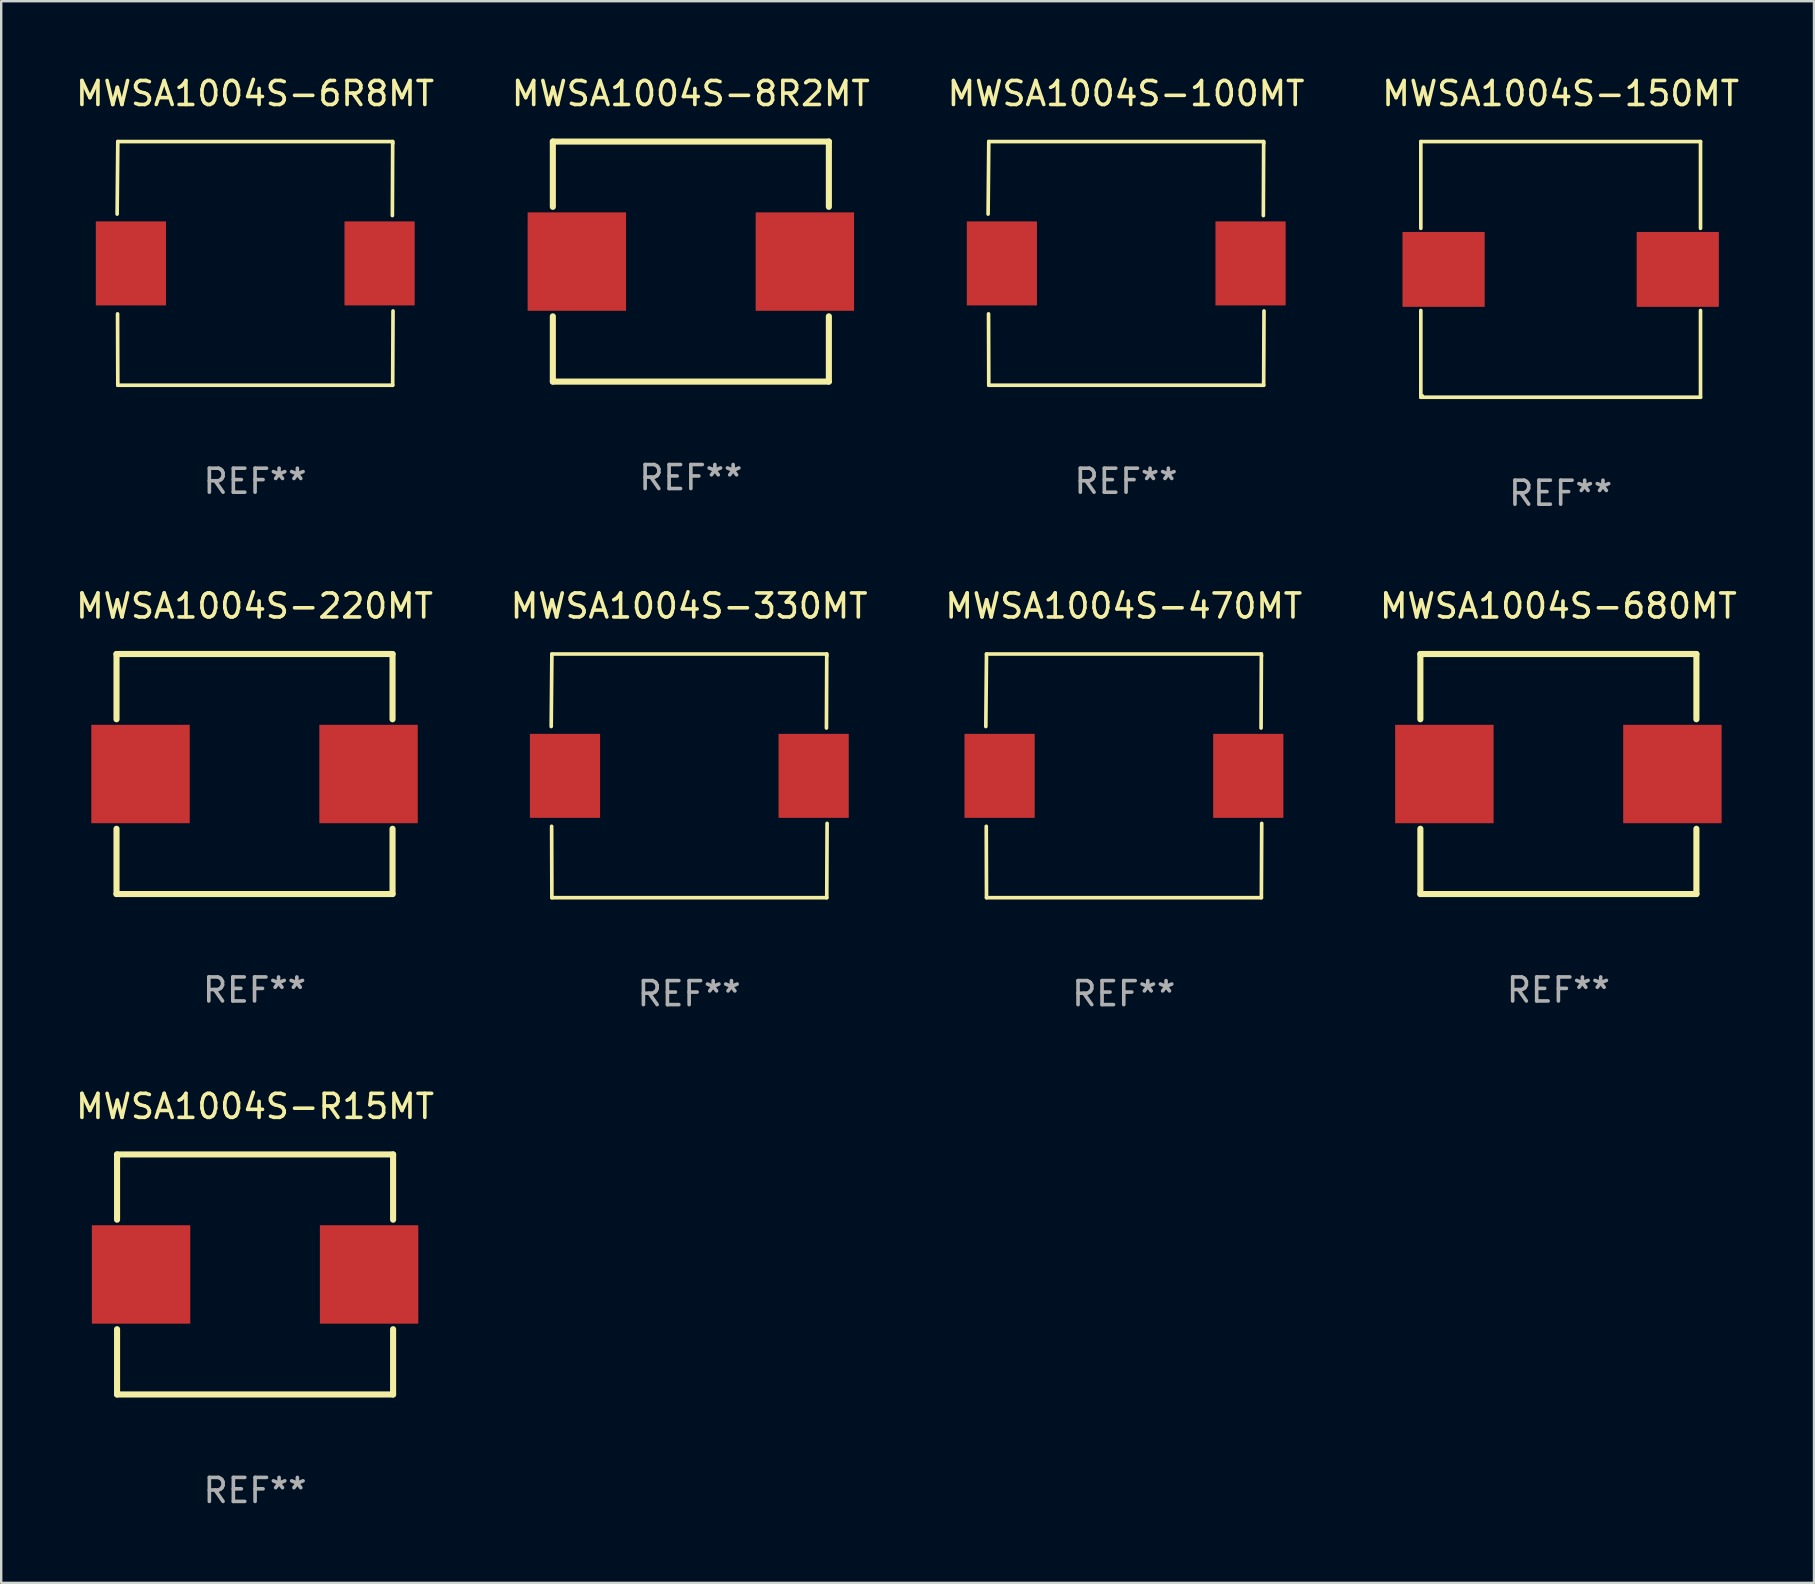
<source format=kicad_pcb>
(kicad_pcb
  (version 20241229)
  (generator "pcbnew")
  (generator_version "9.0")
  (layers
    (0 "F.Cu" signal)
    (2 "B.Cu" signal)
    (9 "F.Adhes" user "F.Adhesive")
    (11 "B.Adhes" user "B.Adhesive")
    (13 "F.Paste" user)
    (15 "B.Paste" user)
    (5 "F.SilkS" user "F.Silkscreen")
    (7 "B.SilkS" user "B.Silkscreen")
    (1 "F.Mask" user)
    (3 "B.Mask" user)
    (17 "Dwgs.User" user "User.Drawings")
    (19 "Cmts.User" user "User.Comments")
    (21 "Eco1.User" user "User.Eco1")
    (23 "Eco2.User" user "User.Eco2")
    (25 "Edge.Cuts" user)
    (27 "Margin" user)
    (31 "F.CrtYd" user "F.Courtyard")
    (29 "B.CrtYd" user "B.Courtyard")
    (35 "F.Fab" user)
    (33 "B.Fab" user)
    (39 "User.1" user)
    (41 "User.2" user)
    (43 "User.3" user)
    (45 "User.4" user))
  (footprint "MWSA1004S-8R2MT"
    (layer "F.Cu")
    (at 25.732 7.848)
    (property "Reference" "MWSA1004S-8R2MT" (at 0 -7 0) (layer "F.SilkS") (effects (font (size 1 1) (thickness 0.15))))
    (attr through_hole)
    (fp_line (start -5.75 -5) (end -5.75 -2.281) (stroke (width 0.254) (type solid)) (layer "F.SilkS"))
    (fp_line (start -5.75 -5) (end 5.75 -5) (stroke (width 0.254) (type solid)) (layer "F.SilkS"))
    (fp_line (start -5.75 2.281) (end -5.75 5) (stroke (width 0.254) (type solid)) (layer "F.SilkS"))
    (fp_line (start 5.75 -2.281) (end 5.75 -5) (stroke (width 0.254) (type solid)) (layer "F.SilkS"))
    (fp_line (start 5.75 5) (end -5.75 5) (stroke (width 0.254) (type solid)) (layer "F.SilkS"))
    (fp_line (start 5.75 5) (end 5.75 2.281) (stroke (width 0.254) (type solid)) (layer "F.SilkS"))
    (fp_circle (center -5.75 5) (end -5.7 5) (stroke (width 0.1) (type solid)) (fill no) (layer "F.SilkS"))
    (fp_text user "REF**" (at 0 9 0) (layer "F.Fab") (effects (font (size 1 1) (thickness 0.15))))
    (pad "1" smd rect (at -4.75 0) (size 4.1 4.1) (layers "F.Cu" "F.Mask" "F.Paste"))
    (pad "2" smd rect (at 4.75 0) (size 4.1 4.1) (layers "F.Cu" "F.Mask" "F.Paste")))
  (footprint "MWSA1004S-680MT"
    (layer "F.Cu")
    (at 61.875 29.197)
    (property "Reference" "MWSA1004S-680MT" (at 0 -7 0) (layer "F.SilkS") (effects (font (size 1 1) (thickness 0.15))))
    (attr through_hole)
    (fp_line (start -5.75 -5) (end -5.75 -2.281) (stroke (width 0.254) (type solid)) (layer "F.SilkS"))
    (fp_line (start -5.75 -5) (end 5.75 -5) (stroke (width 0.254) (type solid)) (layer "F.SilkS"))
    (fp_line (start -5.75 2.281) (end -5.75 5) (stroke (width 0.254) (type solid)) (layer "F.SilkS"))
    (fp_line (start 5.75 -2.281) (end 5.75 -5) (stroke (width 0.254) (type solid)) (layer "F.SilkS"))
    (fp_line (start 5.75 5) (end -5.75 5) (stroke (width 0.254) (type solid)) (layer "F.SilkS"))
    (fp_line (start 5.75 5) (end 5.75 2.281) (stroke (width 0.254) (type solid)) (layer "F.SilkS"))
    (fp_circle (center -5.75 5) (end -5.7 5) (stroke (width 0.1) (type solid)) (fill no) (layer "F.SilkS"))
    (fp_text user "REF**" (at 0 9 0) (layer "F.Fab") (effects (font (size 1 1) (thickness 0.15))))
    (pad "1" smd rect (at -4.75 0) (size 4.1 4.1) (layers "F.Cu" "F.Mask" "F.Paste"))
    (pad "2" smd rect (at 4.75 0) (size 4.1 4.1) (layers "F.Cu" "F.Mask" "F.Paste")))
  (footprint "MWSA1004S-R15MT"
    (layer "F.Cu")
    (at 7.577 50.046)
    (property "Reference" "MWSA1004S-R15MT" (at 0 -7 0) (layer "F.SilkS") (effects (font (size 1 1) (thickness 0.15))))
    (attr through_hole)
    (fp_line (start -5.75 -5) (end -5.75 -2.281) (stroke (width 0.254) (type solid)) (layer "F.SilkS"))
    (fp_line (start -5.75 -5) (end 5.75 -5) (stroke (width 0.254) (type solid)) (layer "F.SilkS"))
    (fp_line (start -5.75 2.281) (end -5.75 5) (stroke (width 0.254) (type solid)) (layer "F.SilkS"))
    (fp_line (start 5.75 -2.281) (end 5.75 -5) (stroke (width 0.254) (type solid)) (layer "F.SilkS"))
    (fp_line (start 5.75 5) (end -5.75 5) (stroke (width 0.254) (type solid)) (layer "F.SilkS"))
    (fp_line (start 5.75 5) (end 5.75 2.281) (stroke (width 0.254) (type solid)) (layer "F.SilkS"))
    (fp_circle (center -5.75 5) (end -5.7 5) (stroke (width 0.1) (type solid)) (fill no) (layer "F.SilkS"))
    (fp_text user "REF**" (at 0 9 0) (layer "F.Fab") (effects (font (size 1 1) (thickness 0.15))))
    (pad "1" smd rect (at -4.75 0) (size 4.1 4.1) (layers "F.Cu" "F.Mask" "F.Paste"))
    (pad "2" smd rect (at 4.75 0) (size 4.1 4.1) (layers "F.Cu" "F.Mask" "F.Paste")))
  (footprint "MWSA1004S-330MT"
    (layer "F.Cu")
    (at 25.661 29.273)
    (property "Reference" "MWSA1004S-330MT" (at 0 -7.076 0) (layer "F.SilkS") (effects (font (size 1 1) (thickness 0.15))))
    (attr through_hole)
    (fp_line (start -5.747 -2.055) (end -5.719 -5.076) (stroke (width 0.152) (type solid)) (layer "F.SilkS"))
    (fp_line (start -5.729 2.102) (end -5.719 5.076) (stroke (width 0.152) (type solid)) (layer "F.SilkS"))
    (fp_line (start -5.719 -5.076) (end 5.733 -5.076) (stroke (width 0.152) (type solid)) (layer "F.SilkS"))
    (fp_line (start -5.719 5.076) (end 5.733 5.076) (stroke (width 0.152) (type solid)) (layer "F.SilkS"))
    (fp_line (start 5.733 -5.076) (end 5.72 -1.993) (stroke (width 0.152) (type solid)) (layer "F.SilkS"))
    (fp_line (start 5.733 5.076) (end 5.747 1.981) (stroke (width 0.152) (type solid)) (layer "F.SilkS"))
    (fp_circle (center 5.757 -5) (end 5.787 -5) (stroke (width 0.06) (type solid)) (fill no) (layer "F.SilkS"))
    (fp_text user "REF**" (at 0 9.076 0) (layer "F.Fab") (effects (font (size 1 1) (thickness 0.15))))
    (pad "1" smd rect (at 5.187 0) (size 2.924 3.5) (layers "F.Cu" "F.Mask" "F.Paste"))
    (pad "2" smd rect (at -5.173 0) (size 2.924 3.5) (layers "F.Cu" "F.Mask" "F.Paste")))
  (footprint "MWSA1004S-220MT"
    (layer "F.Cu")
    (at 7.554 29.197)
    (property "Reference" "MWSA1004S-220MT" (at 0 -7 0) (layer "F.SilkS") (effects (font (size 1 1) (thickness 0.15))))
    (attr through_hole)
    (fp_line (start -5.75 -5) (end -5.75 -2.281) (stroke (width 0.254) (type solid)) (layer "F.SilkS"))
    (fp_line (start -5.75 -5) (end 5.75 -5) (stroke (width 0.254) (type solid)) (layer "F.SilkS"))
    (fp_line (start -5.75 2.281) (end -5.75 5) (stroke (width 0.254) (type solid)) (layer "F.SilkS"))
    (fp_line (start 5.75 -2.281) (end 5.75 -5) (stroke (width 0.254) (type solid)) (layer "F.SilkS"))
    (fp_line (start 5.75 5) (end -5.75 5) (stroke (width 0.254) (type solid)) (layer "F.SilkS"))
    (fp_line (start 5.75 5) (end 5.75 2.281) (stroke (width 0.254) (type solid)) (layer "F.SilkS"))
    (fp_circle (center -5.75 5) (end -5.7 5) (stroke (width 0.1) (type solid)) (fill no) (layer "F.SilkS"))
    (fp_text user "REF**" (at 0 9 0) (layer "F.Fab") (effects (font (size 1 1) (thickness 0.15))))
    (pad "1" smd rect (at -4.75 0) (size 4.1 4.1) (layers "F.Cu" "F.Mask" "F.Paste"))
    (pad "2" smd rect (at 4.75 0) (size 4.1 4.1) (layers "F.Cu" "F.Mask" "F.Paste")))
  (footprint "MWSA1004S-470MT"
    (layer "F.Cu")
    (at 43.768 29.273)
    (property "Reference" "MWSA1004S-470MT" (at 0 -7.076 0) (layer "F.SilkS") (effects (font (size 1 1) (thickness 0.15))))
    (attr through_hole)
    (fp_line (start -5.747 -2.055) (end -5.719 -5.076) (stroke (width 0.152) (type solid)) (layer "F.SilkS"))
    (fp_line (start -5.729 2.102) (end -5.719 5.076) (stroke (width 0.152) (type solid)) (layer "F.SilkS"))
    (fp_line (start -5.719 -5.076) (end 5.733 -5.076) (stroke (width 0.152) (type solid)) (layer "F.SilkS"))
    (fp_line (start -5.719 5.076) (end 5.733 5.076) (stroke (width 0.152) (type solid)) (layer "F.SilkS"))
    (fp_line (start 5.733 -5.076) (end 5.72 -1.993) (stroke (width 0.152) (type solid)) (layer "F.SilkS"))
    (fp_line (start 5.733 5.076) (end 5.747 1.981) (stroke (width 0.152) (type solid)) (layer "F.SilkS"))
    (fp_circle (center 5.757 -5) (end 5.787 -5) (stroke (width 0.06) (type solid)) (fill no) (layer "F.SilkS"))
    (fp_text user "REF**" (at 0 9.076 0) (layer "F.Fab") (effects (font (size 1 1) (thickness 0.15))))
    (pad "1" smd rect (at 5.187 0) (size 2.924 3.5) (layers "F.Cu" "F.Mask" "F.Paste"))
    (pad "2" smd rect (at -5.173 0) (size 2.924 3.5) (layers "F.Cu" "F.Mask" "F.Paste")))
  (footprint "MWSA1004S-150MT"
    (layer "F.Cu")
    (at 61.97 8.174)
    (property "Reference" "MWSA1004S-150MT" (at 0 -7.326 0) (layer "F.SilkS") (effects (font (size 1 1) (thickness 0.15))))
    (attr through_hole)
    (fp_line (start -5.826 -5.326) (end 5.826 -5.326) (stroke (width 0.152) (type solid)) (layer "F.SilkS"))
    (fp_line (start -5.826 -1.712) (end -5.826 -5.326) (stroke (width 0.152) (type solid)) (layer "F.SilkS"))
    (fp_line (start -5.826 1.712) (end -5.826 5.326) (stroke (width 0.152) (type solid)) (layer "F.SilkS"))
    (fp_line (start -5.826 5.326) (end 5.826 5.326) (stroke (width 0.152) (type solid)) (layer "F.SilkS"))
    (fp_line (start 5.826 -5.326) (end 5.826 -1.712) (stroke (width 0.152) (type solid)) (layer "F.SilkS"))
    (fp_line (start 5.826 5.326) (end 5.826 1.712) (stroke (width 0.152) (type solid)) (layer "F.SilkS"))
    (fp_circle (center -5.75 5.25) (end -5.72 5.25) (stroke (width 0.06) (type solid)) (fill no) (layer "F.SilkS"))
    (fp_text user "REF**" (at 0 9.326 0) (layer "F.Fab") (effects (font (size 1 1) (thickness 0.15))))
    (pad "1" smd rect (at 4.878 0) (size 3.424 3.12) (layers "F.Cu" "F.Mask" "F.Paste"))
    (pad "2" smd rect (at -4.878 0) (size 3.424 3.12) (layers "F.Cu" "F.Mask" "F.Paste")))
  (footprint "MWSA1004S-6R8MT"
    (layer "F.Cu")
    (at 7.577 7.924)
    (property "Reference" "MWSA1004S-6R8MT" (at 0 -7.076 0) (layer "F.SilkS") (effects (font (size 1 1) (thickness 0.15))))
    (attr through_hole)
    (fp_line (start -5.747 -2.055) (end -5.719 -5.076) (stroke (width 0.152) (type solid)) (layer "F.SilkS"))
    (fp_line (start -5.729 2.102) (end -5.719 5.076) (stroke (width 0.152) (type solid)) (layer "F.SilkS"))
    (fp_line (start -5.719 -5.076) (end 5.733 -5.076) (stroke (width 0.152) (type solid)) (layer "F.SilkS"))
    (fp_line (start -5.719 5.076) (end 5.733 5.076) (stroke (width 0.152) (type solid)) (layer "F.SilkS"))
    (fp_line (start 5.733 -5.076) (end 5.72 -1.993) (stroke (width 0.152) (type solid)) (layer "F.SilkS"))
    (fp_line (start 5.733 5.076) (end 5.747 1.981) (stroke (width 0.152) (type solid)) (layer "F.SilkS"))
    (fp_circle (center 5.757 -5) (end 5.787 -5) (stroke (width 0.06) (type solid)) (fill no) (layer "F.SilkS"))
    (fp_text user "REF**" (at 0 9.076 0) (layer "F.Fab") (effects (font (size 1 1) (thickness 0.15))))
    (pad "1" smd rect (at 5.187 0) (size 2.924 3.5) (layers "F.Cu" "F.Mask" "F.Paste"))
    (pad "2" smd rect (at -5.173 0) (size 2.924 3.5) (layers "F.Cu" "F.Mask" "F.Paste")))
  (footprint "MWSA1004S-100MT"
    (layer "F.Cu")
    (at 43.863 7.924)
    (property "Reference" "MWSA1004S-100MT" (at 0 -7.076 0) (layer "F.SilkS") (effects (font (size 1 1) (thickness 0.15))))
    (attr through_hole)
    (fp_line (start -5.747 -2.055) (end -5.719 -5.076) (stroke (width 0.152) (type solid)) (layer "F.SilkS"))
    (fp_line (start -5.729 2.102) (end -5.719 5.076) (stroke (width 0.152) (type solid)) (layer "F.SilkS"))
    (fp_line (start -5.719 -5.076) (end 5.733 -5.076) (stroke (width 0.152) (type solid)) (layer "F.SilkS"))
    (fp_line (start -5.719 5.076) (end 5.733 5.076) (stroke (width 0.152) (type solid)) (layer "F.SilkS"))
    (fp_line (start 5.733 -5.076) (end 5.72 -1.993) (stroke (width 0.152) (type solid)) (layer "F.SilkS"))
    (fp_line (start 5.733 5.076) (end 5.747 1.981) (stroke (width 0.152) (type solid)) (layer "F.SilkS"))
    (fp_circle (center 5.757 -5) (end 5.787 -5) (stroke (width 0.06) (type solid)) (fill no) (layer "F.SilkS"))
    (fp_text user "REF**" (at 0 9.076 0) (layer "F.Fab") (effects (font (size 1 1) (thickness 0.15))))
    (pad "1" smd rect (at 5.187 0) (size 2.924 3.5) (layers "F.Cu" "F.Mask" "F.Paste"))
    (pad "2" smd rect (at -5.173 0) (size 2.924 3.5) (layers "F.Cu" "F.Mask" "F.Paste")))
  (gr_rect
    (start -3 -3)
    (end 72.524 62.894)
    (stroke (width 0.1) (type default))
    (fill no)
    (layer "Edge.Cuts")))
</source>
